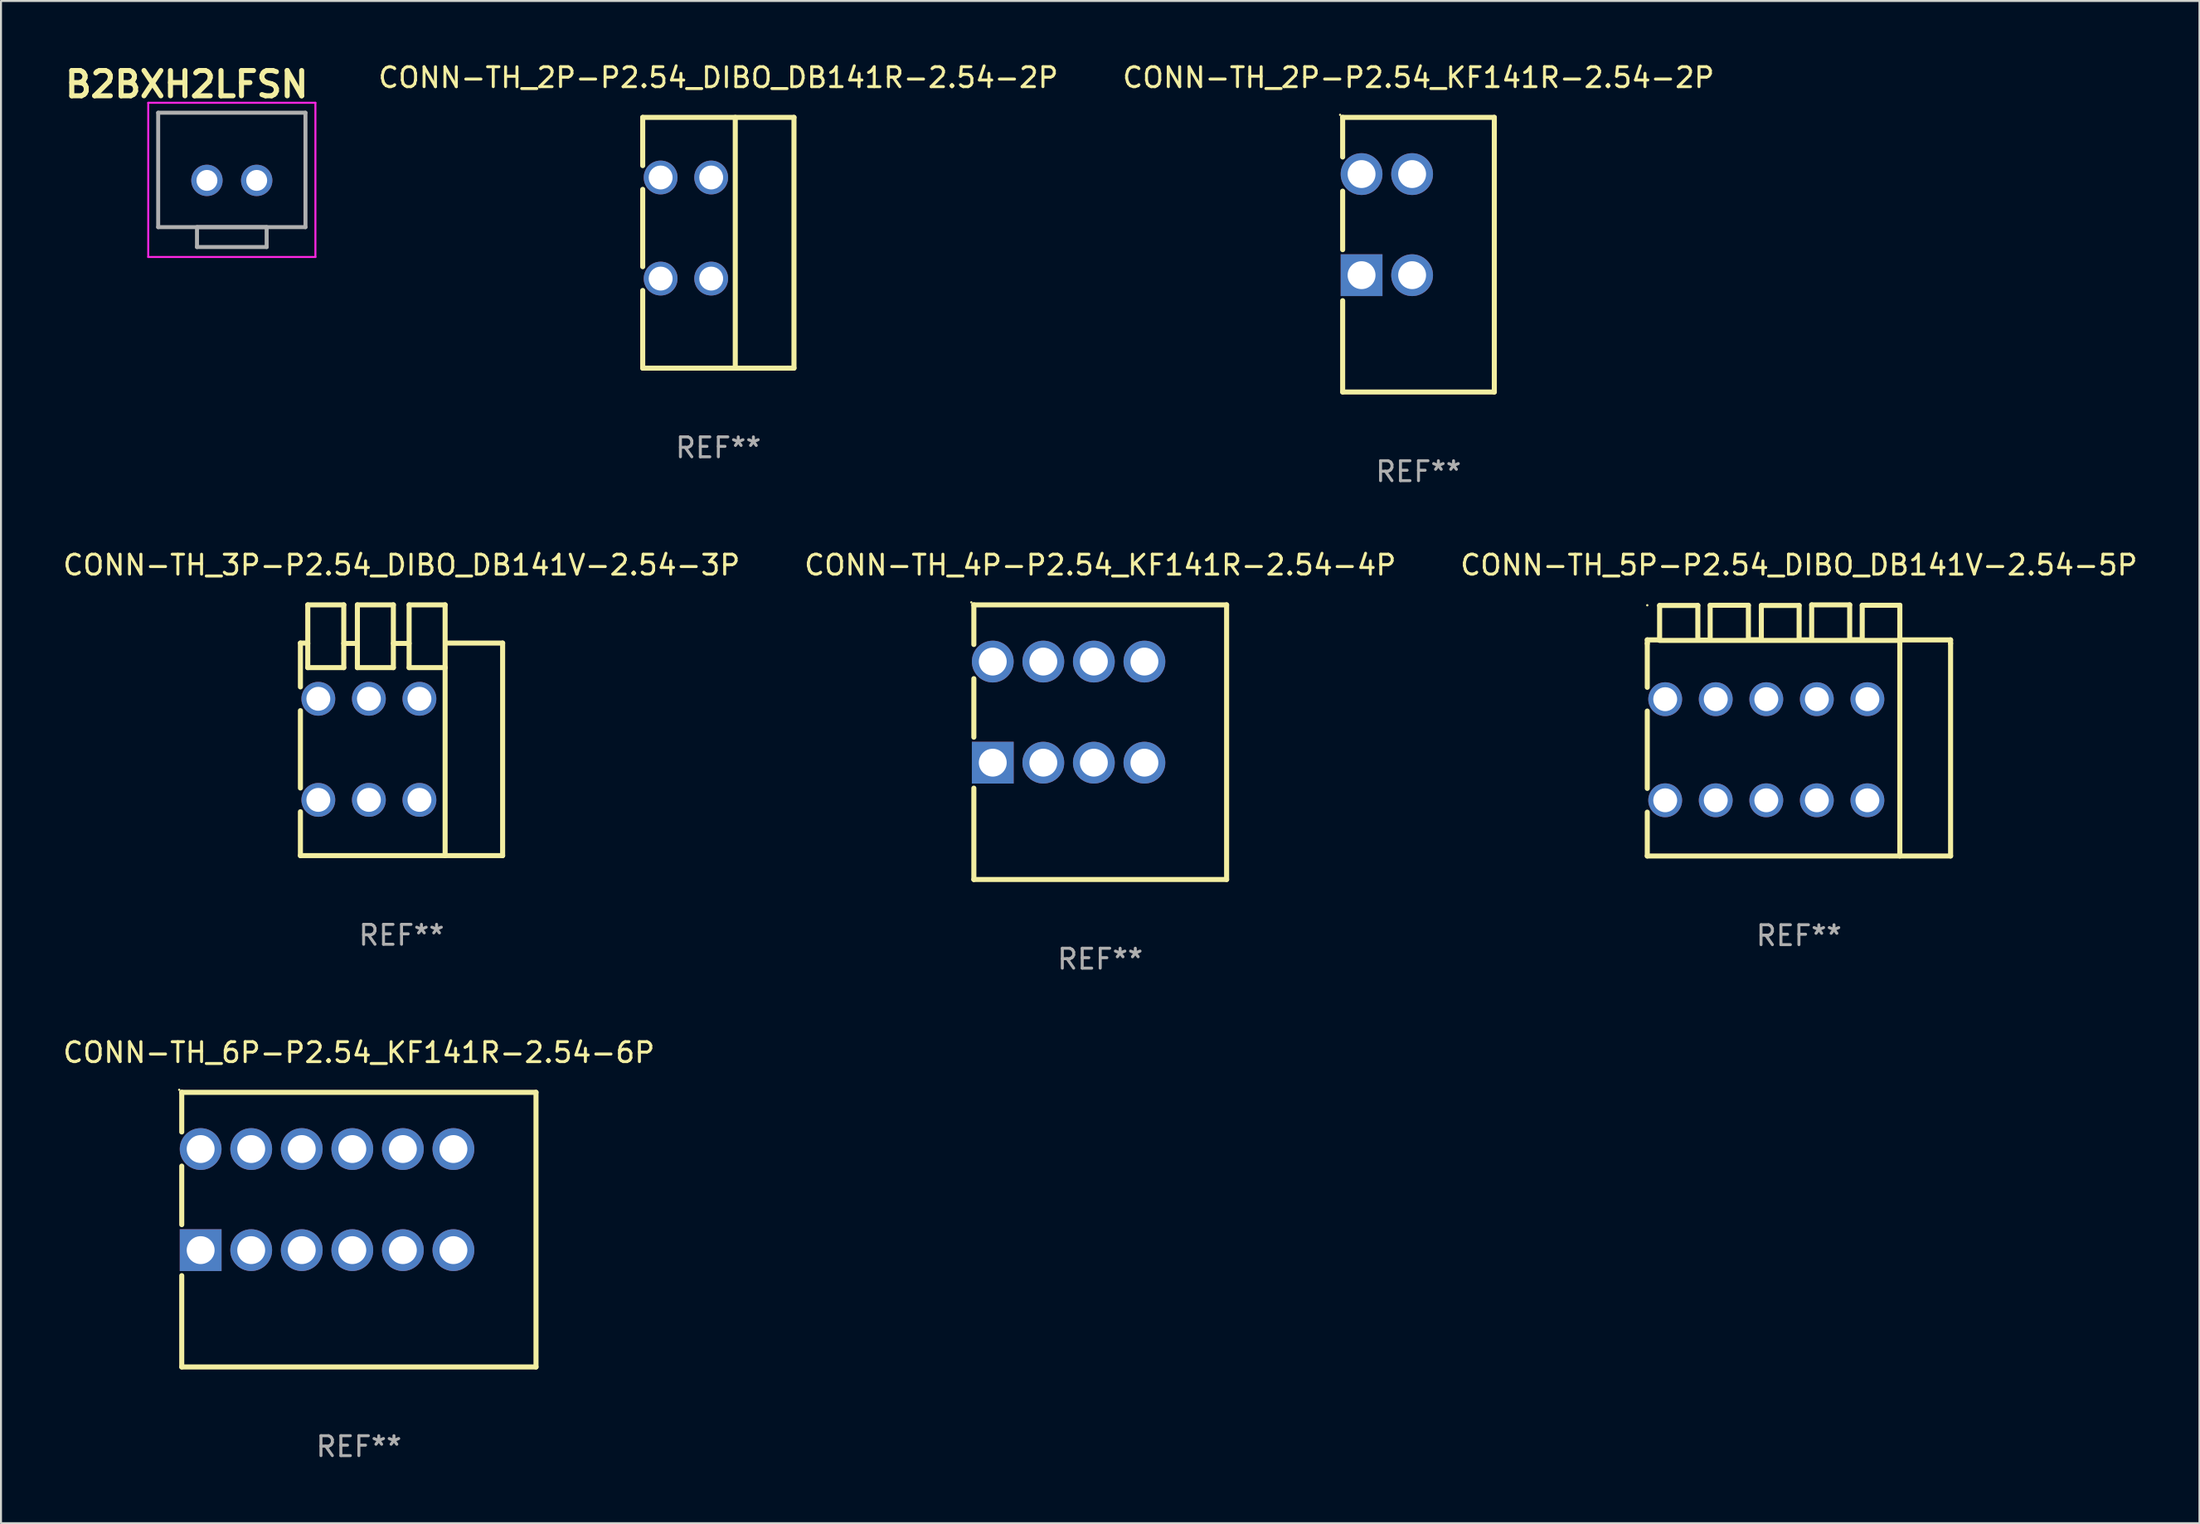
<source format=kicad_pcb>
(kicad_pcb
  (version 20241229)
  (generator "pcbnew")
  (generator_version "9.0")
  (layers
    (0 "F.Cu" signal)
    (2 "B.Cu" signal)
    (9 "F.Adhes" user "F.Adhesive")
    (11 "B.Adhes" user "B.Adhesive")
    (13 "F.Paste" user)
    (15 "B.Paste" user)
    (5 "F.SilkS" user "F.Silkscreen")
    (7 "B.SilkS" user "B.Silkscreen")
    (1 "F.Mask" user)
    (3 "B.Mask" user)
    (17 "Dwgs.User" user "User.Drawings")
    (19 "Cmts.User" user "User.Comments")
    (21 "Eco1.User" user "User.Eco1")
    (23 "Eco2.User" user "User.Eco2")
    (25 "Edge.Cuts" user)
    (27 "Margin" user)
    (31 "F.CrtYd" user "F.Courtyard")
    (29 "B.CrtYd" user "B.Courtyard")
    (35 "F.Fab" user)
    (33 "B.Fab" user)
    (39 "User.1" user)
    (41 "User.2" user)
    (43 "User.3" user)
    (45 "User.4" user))
  (footprint "CONN-TH_2P-P2.54_DIBO_DB141R-2.54-2P"
    (layer "F.Cu")
    (at 33.044 9.149)
    (property "Reference" "CONN-TH_2P-P2.54_DIBO_DB141R-2.54-2P" (at 0 -8.3 0) (layer "F.SilkS") (effects (font (size 1 1) (thickness 0.15))))
    (attr through_hole)
    (fp_line (start -3.8 -6.3) (end -3.8 -3.877) (stroke (width 0.254) (type solid)) (layer "F.SilkS"))
    (fp_line (start -3.8 -2.683) (end -3.8 1.203) (stroke (width 0.254) (type solid)) (layer "F.SilkS"))
    (fp_line (start -3.8 2.397) (end -3.8 6.3) (stroke (width 0.254) (type solid)) (layer "F.SilkS"))
    (fp_line (start -3.8 -6.3) (end 3.8 -6.3) (stroke (width 0.254) (type solid)) (layer "F.SilkS"))
    (fp_line (start -3.799 6.3) (end 3.49 6.3) (stroke (width 0.254) (type solid)) (layer "F.SilkS"))
    (fp_line (start 0.85 -6.3) (end 0.85 6.3) (stroke (width 0.254) (type solid)) (layer "F.SilkS"))
    (fp_line (start 3.49 6.3) (end 3.8 6.3) (stroke (width 0.254) (type solid)) (layer "F.SilkS"))
    (fp_line (start 3.8 -6.3) (end 3.8 6.3) (stroke (width 0.254) (type solid)) (layer "F.SilkS"))
    (fp_circle (center -3.82 6.3) (end -3.79 6.3) (stroke (width 0.06) (type solid)) (fill no) (layer "F.SilkS"))
    (fp_text user "REF**" (at 0 10.3 0) (layer "F.Fab") (effects (font (size 1 1) (thickness 0.15))))
    (pad "1" thru_hole circle (at -2.9 -3.28) (size 1.7 1.7) (drill 1.2) (layers "*.Cu" "*.Mask"))
    (pad "1" thru_hole circle (at -2.9 1.8) (size 1.7 1.7) (drill 1.2) (layers "*.Cu" "*.Mask"))
    (pad "2" thru_hole circle (at -0.36 -3.28) (size 1.7 1.7) (drill 1.2) (layers "*.Cu" "*.Mask"))
    (pad "2" thru_hole circle (at -0.36 1.8) (size 1.7 1.7) (drill 1.2) (layers "*.Cu" "*.Mask")))
  (footprint "CONN-TH_3P-P2.54_DIBO_DB141V-2.54-3P"
    (layer "F.Cu")
    (at 17.125 33.645)
    (property "Reference" "CONN-TH_3P-P2.54_DIBO_DB141V-2.54-3P" (at 0 -8.3 0) (layer "F.SilkS") (effects (font (size 1 1) (thickness 0.15))))
    (attr through_hole)
    (fp_line (start -5.08 -4.38) (end -4.726 -4.38) (stroke (width 0.254) (type solid)) (layer "F.SilkS"))
    (fp_line (start -5.08 -2.177) (end -5.08 -4.38) (stroke (width 0.254) (type solid)) (layer "F.SilkS"))
    (fp_line (start -5.08 2.903) (end -5.08 -0.983) (stroke (width 0.254) (type solid)) (layer "F.SilkS"))
    (fp_line (start -5.08 6.3) (end -5.08 4.097) (stroke (width 0.254) (type solid)) (layer "F.SilkS"))
    (fp_line (start -5.08 6.3) (end 5.08 6.3) (stroke (width 0.254) (type solid)) (layer "F.SilkS"))
    (fp_line (start -4.726 -4.38) (end -4.71 -4.364) (stroke (width 0.254) (type solid)) (layer "F.SilkS"))
    (fp_line (start -4.71 -6.3) (end -4.71 -3.146) (stroke (width 0.254) (type solid)) (layer "F.SilkS"))
    (fp_line (start -2.902 -6.3) (end -4.71 -6.3) (stroke (width 0.254) (type solid)) (layer "F.SilkS"))
    (fp_line (start -2.902 -6.3) (end -2.902 -3.146) (stroke (width 0.254) (type solid)) (layer "F.SilkS"))
    (fp_line (start -2.902 -4.364) (end -2.218 -4.364) (stroke (width 0.254) (type solid)) (layer "F.SilkS"))
    (fp_line (start -2.902 -3.146) (end -4.71 -3.146) (stroke (width 0.254) (type solid)) (layer "F.SilkS"))
    (fp_line (start -2.218 -6.3) (end -2.218 -3.146) (stroke (width 0.254) (type solid)) (layer "F.SilkS"))
    (fp_line (start -0.41 -6.3) (end -2.218 -6.3) (stroke (width 0.254) (type solid)) (layer "F.SilkS"))
    (fp_line (start -0.41 -6.3) (end -0.41 -3.146) (stroke (width 0.254) (type solid)) (layer "F.SilkS"))
    (fp_line (start -0.41 -4.364) (end 0.382 -4.364) (stroke (width 0.254) (type solid)) (layer "F.SilkS"))
    (fp_line (start -0.41 -3.146) (end -2.218 -3.146) (stroke (width 0.254) (type solid)) (layer "F.SilkS"))
    (fp_line (start 0.382 -6.3) (end 0.382 -3.146) (stroke (width 0.254) (type solid)) (layer "F.SilkS"))
    (fp_line (start 2.19 -6.3) (end 0.382 -6.3) (stroke (width 0.254) (type solid)) (layer "F.SilkS"))
    (fp_line (start 2.19 -6.3) (end 2.19 -3.146) (stroke (width 0.254) (type solid)) (layer "F.SilkS"))
    (fp_line (start 2.19 -3.146) (end 0.382 -3.146) (stroke (width 0.254) (type solid)) (layer "F.SilkS"))
    (fp_line (start 2.19 -3.146) (end 2.19 6.3) (stroke (width 0.254) (type solid)) (layer "F.SilkS"))
    (fp_line (start 5.08 -4.38) (end 2.326 -4.38) (stroke (width 0.254) (type solid)) (layer "F.SilkS"))
    (fp_line (start 5.08 -4.38) (end 5.08 6.3) (stroke (width 0.254) (type solid)) (layer "F.SilkS"))
    (fp_circle (center -5.08 6.3) (end -5.05 6.3) (stroke (width 0.06) (type solid)) (fill no) (layer "F.SilkS"))
    (fp_text user "REF**" (at 0 10.3 0) (layer "F.Fab") (effects (font (size 1 1) (thickness 0.15))))
    (pad "1" thru_hole circle (at -4.18 3.5) (size 1.7 1.7) (drill 1.2) (layers "*.Cu" "*.Mask"))
    (pad "1" thru_hole circle (at -4.18 -1.58) (size 1.7 1.7) (drill 1.2) (layers "*.Cu" "*.Mask"))
    (pad "2" thru_hole circle (at -1.64 3.5) (size 1.7 1.7) (drill 1.2) (layers "*.Cu" "*.Mask"))
    (pad "2" thru_hole circle (at -1.64 -1.58) (size 1.7 1.7) (drill 1.2) (layers "*.Cu" "*.Mask"))
    (pad "3" thru_hole circle (at 0.9 3.5) (size 1.7 1.7) (drill 1.2) (layers "*.Cu" "*.Mask"))
    (pad "3" thru_hole circle (at 0.9 -1.58) (size 1.7 1.7) (drill 1.2) (layers "*.Cu" "*.Mask")))
  (footprint "CONN-TH_2P-P2.54_KF141R-2.54-2P"
    (layer "F.Cu")
    (at 68.223 9.748)
    (property "Reference" "CONN-TH_2P-P2.54_KF141R-2.54-2P" (at 0 -8.9 0) (layer "F.SilkS") (effects (font (size 1 1) (thickness 0.15))))
    (attr through_hole)
    (fp_line (start -3.81 -6.9) (end -3.81 -4.908) (stroke (width 0.254) (type solid)) (layer "F.SilkS"))
    (fp_line (start -3.81 -6.9) (end 3.81 -6.9) (stroke (width 0.254) (type solid)) (layer "F.SilkS"))
    (fp_line (start -3.81 -3.192) (end -3.81 -0.251) (stroke (width 0.254) (type solid)) (layer "F.SilkS"))
    (fp_line (start -3.81 2.311) (end -3.81 6.9) (stroke (width 0.254) (type solid)) (layer "F.SilkS"))
    (fp_line (start -3.81 6.9) (end 3.81 6.9) (stroke (width 0.254) (type solid)) (layer "F.SilkS"))
    (fp_line (start 3.81 -6.9) (end 3.81 6.9) (stroke (width 0.254) (type solid)) (layer "F.SilkS"))
    (fp_circle (center -3.937 -7.027) (end -3.907 -7.027) (stroke (width 0.06) (type solid)) (fill no) (layer "F.SilkS"))
    (fp_text user "REF**" (at 0 10.9 0) (layer "F.Fab") (effects (font (size 1 1) (thickness 0.15))))
    (pad "1" thru_hole circle (at -2.86 -4.05) (size 2.1 2.1) (drill 1.4) (layers "*.Cu" "*.Mask"))
    (pad "1" thru_hole rect (at -2.86 1.03 180) (size 2.1 2.1) (drill 1.4) (layers "*.Cu" "*.Mask"))
    (pad "2" thru_hole circle (at -0.32 -4.05) (size 2.1 2.1) (drill 1.4) (layers "*.Cu" "*.Mask"))
    (pad "2" thru_hole circle (at -0.32 1.03) (size 2.1 2.1) (drill 1.4) (layers "*.Cu" "*.Mask")))
  (footprint "B2BXH2LFSN"
    (layer "F.Cu")
    (at 7.348 6.015)
    (property "Reference" "B2BXH2LFSN" (at -1.016 -4.826 0) (layer "F.SilkS") (effects (font (size 1.27 1.27) (thickness 0.254))))
    (attr through_hole)
    (fp_line (start -2.45 -3.4) (end 4.95 -3.4) (stroke (width 0.1) (type solid)) (layer "F.SilkS"))
    (fp_line (start -2.45 2.35) (end -2.45 -3.4) (stroke (width 0.1) (type solid)) (layer "F.SilkS"))
    (fp_line (start 4.95 -3.4) (end 4.95 2.35) (stroke (width 0.1) (type solid)) (layer "F.SilkS"))
    (fp_line (start 4.95 2.35) (end -2.45 2.35) (stroke (width 0.1) (type solid)) (layer "F.SilkS"))
    (fp_line (start -2.95 -3.9) (end 5.45 -3.9) (stroke (width 0.1) (type solid)) (layer "F.CrtYd"))
    (fp_line (start -2.95 3.85) (end -2.95 -3.9) (stroke (width 0.1) (type solid)) (layer "F.CrtYd"))
    (fp_line (start 5.45 -3.9) (end 5.45 3.85) (stroke (width 0.1) (type solid)) (layer "F.CrtYd"))
    (fp_line (start 5.45 3.85) (end -2.95 3.85) (stroke (width 0.1) (type solid)) (layer "F.CrtYd"))
    (fp_line (start -2.45 -3.4) (end 4.95 -3.4) (stroke (width 0.2) (type solid)) (layer "F.Fab"))
    (fp_line (start -2.45 2.35) (end -2.45 -3.4) (stroke (width 0.2) (type solid)) (layer "F.Fab"))
    (fp_line (start -0.5 2.35) (end 3 2.35) (stroke (width 0.2) (type solid)) (layer "F.Fab"))
    (fp_line (start -0.5 3.35) (end -0.5 2.35) (stroke (width 0.2) (type solid)) (layer "F.Fab"))
    (fp_line (start 3 2.35) (end 3 3.35) (stroke (width 0.2) (type solid)) (layer "F.Fab"))
    (fp_line (start 3 3.35) (end -0.5 3.35) (stroke (width 0.2) (type solid)) (layer "F.Fab"))
    (fp_line (start 4.95 -3.4) (end 4.95 2.35) (stroke (width 0.2) (type solid)) (layer "F.Fab"))
    (fp_line (start 4.95 2.35) (end -2.45 2.35) (stroke (width 0.2) (type solid)) (layer "F.Fab"))
    (pad "1" thru_hole circle (at 0 0) (size 1.575 1.575) (drill 1.05) (layers "*.Cu" "*.Mask"))
    (pad "2" thru_hole circle (at 2.5 0) (size 1.575 1.575) (drill 1.05) (layers "*.Cu" "*.Mask")))
  (footprint "CONN-TH_4P-P2.54_KF141R-2.54-4P"
    (layer "F.Cu")
    (at 52.232 34.245)
    (property "Reference" "CONN-TH_4P-P2.54_KF141R-2.54-4P" (at 0 -8.9 0) (layer "F.SilkS") (effects (font (size 1 1) (thickness 0.15))))
    (attr through_hole)
    (fp_line (start -6.35 -6.9) (end -6.35 -4.908) (stroke (width 0.254) (type solid)) (layer "F.SilkS"))
    (fp_line (start -6.35 -6.9) (end 6.35 -6.9) (stroke (width 0.254) (type solid)) (layer "F.SilkS"))
    (fp_line (start -6.35 -3.192) (end -6.35 -0.251) (stroke (width 0.254) (type solid)) (layer "F.SilkS"))
    (fp_line (start -6.35 2.311) (end -6.35 6.9) (stroke (width 0.254) (type solid)) (layer "F.SilkS"))
    (fp_line (start -6.35 6.9) (end 6.35 6.9) (stroke (width 0.254) (type solid)) (layer "F.SilkS"))
    (fp_line (start 6.35 -6.9) (end 6.35 6.9) (stroke (width 0.254) (type solid)) (layer "F.SilkS"))
    (fp_circle (center -6.477 -7.027) (end -6.447 -7.027) (stroke (width 0.06) (type solid)) (fill no) (layer "F.SilkS"))
    (fp_text user "REF**" (at 0 10.9 0) (layer "F.Fab") (effects (font (size 1 1) (thickness 0.15))))
    (pad "1" thru_hole circle (at -5.4 -4.05) (size 2.1 2.1) (drill 1.4) (layers "*.Cu" "*.Mask"))
    (pad "1" thru_hole rect (at -5.4 1.03 180) (size 2.1 2.1) (drill 1.4) (layers "*.Cu" "*.Mask"))
    (pad "2" thru_hole circle (at -2.86 -4.05) (size 2.1 2.1) (drill 1.4) (layers "*.Cu" "*.Mask"))
    (pad "2" thru_hole circle (at -2.86 1.03) (size 2.1 2.1) (drill 1.4) (layers "*.Cu" "*.Mask"))
    (pad "3" thru_hole circle (at -0.32 -4.05) (size 2.1 2.1) (drill 1.4) (layers "*.Cu" "*.Mask"))
    (pad "3" thru_hole circle (at -0.32 1.03) (size 2.1 2.1) (drill 1.4) (layers "*.Cu" "*.Mask"))
    (pad "4" thru_hole circle (at 2.22 -4.05) (size 2.1 2.1) (drill 1.4) (layers "*.Cu" "*.Mask"))
    (pad "4" thru_hole circle (at 2.22 1.03) (size 2.1 2.1) (drill 1.4) (layers "*.Cu" "*.Mask")))
  (footprint "CONN-TH_6P-P2.54_KF141R-2.54-6P"
    (layer "F.Cu")
    (at 14.982 58.741)
    (property "Reference" "CONN-TH_6P-P2.54_KF141R-2.54-6P" (at 0 -8.9 0) (layer "F.SilkS") (effects (font (size 1 1) (thickness 0.15))))
    (attr through_hole)
    (fp_line (start -8.9 -6.9) (end -8.9 -4.908) (stroke (width 0.254) (type solid)) (layer "F.SilkS"))
    (fp_line (start -8.9 -6.9) (end 8.9 -6.9) (stroke (width 0.254) (type solid)) (layer "F.SilkS"))
    (fp_line (start -8.9 -3.192) (end -8.9 -0.251) (stroke (width 0.254) (type solid)) (layer "F.SilkS"))
    (fp_line (start -8.9 2.311) (end -8.9 6.9) (stroke (width 0.254) (type solid)) (layer "F.SilkS"))
    (fp_line (start -8.9 6.9) (end 8.9 6.9) (stroke (width 0.254) (type solid)) (layer "F.SilkS"))
    (fp_line (start 8.9 -6.9) (end 8.9 6.9) (stroke (width 0.254) (type solid)) (layer "F.SilkS"))
    (fp_circle (center -9.027 -7.027) (end -8.997 -7.027) (stroke (width 0.06) (type solid)) (fill no) (layer "F.SilkS"))
    (fp_text user "REF**" (at 0 10.9 0) (layer "F.Fab") (effects (font (size 1 1) (thickness 0.15))))
    (pad "1" thru_hole circle (at -7.95 -4.05) (size 2.1 2.1) (drill 1.4) (layers "*.Cu" "*.Mask"))
    (pad "1" thru_hole rect (at -7.95 1.03 180) (size 2.1 2.1) (drill 1.4) (layers "*.Cu" "*.Mask"))
    (pad "2" thru_hole circle (at -5.41 -4.05) (size 2.1 2.1) (drill 1.4) (layers "*.Cu" "*.Mask"))
    (pad "2" thru_hole circle (at -5.41 1.03) (size 2.1 2.1) (drill 1.4) (layers "*.Cu" "*.Mask"))
    (pad "3" thru_hole circle (at -2.87 -4.05) (size 2.1 2.1) (drill 1.4) (layers "*.Cu" "*.Mask"))
    (pad "3" thru_hole circle (at -2.87 1.03) (size 2.1 2.1) (drill 1.4) (layers "*.Cu" "*.Mask"))
    (pad "4" thru_hole circle (at -0.33 -4.05) (size 2.1 2.1) (drill 1.4) (layers "*.Cu" "*.Mask"))
    (pad "4" thru_hole circle (at -0.33 1.03) (size 2.1 2.1) (drill 1.4) (layers "*.Cu" "*.Mask"))
    (pad "5" thru_hole circle (at 2.21 -4.05) (size 2.1 2.1) (drill 1.4) (layers "*.Cu" "*.Mask"))
    (pad "5" thru_hole circle (at 2.21 1.03) (size 2.1 2.1) (drill 1.4) (layers "*.Cu" "*.Mask"))
    (pad "6" thru_hole circle (at 4.75 -4.05) (size 2.1 2.1) (drill 1.4) (layers "*.Cu" "*.Mask"))
    (pad "6" thru_hole circle (at 4.75 1.03) (size 2.1 2.1) (drill 1.4) (layers "*.Cu" "*.Mask")))
  (footprint "CONN-TH_5P-P2.54_DIBO_DB141V-2.54-5P"
    (layer "F.Cu")
    (at 87.339 33.655)
    (property "Reference" "CONN-TH_5P-P2.54_DIBO_DB141V-2.54-5P" (at 0 -8.31 0) (layer "F.SilkS") (effects (font (size 1 1) (thickness 0.15))))
    (attr through_hole)
    (fp_line (start -7.62 -4.55) (end -7 -4.55) (stroke (width 0.254) (type solid)) (layer "F.SilkS"))
    (fp_line (start -7.62 -4.37) (end -7.62 -4.55) (stroke (width 0.254) (type solid)) (layer "F.SilkS"))
    (fp_line (start -7.62 -2.167) (end -7.62 -4.37) (stroke (width 0.254) (type solid)) (layer "F.SilkS"))
    (fp_line (start -7.62 2.913) (end -7.62 -0.973) (stroke (width 0.254) (type solid)) (layer "F.SilkS"))
    (fp_line (start -7.62 6.31) (end -7.62 4.107) (stroke (width 0.254) (type solid)) (layer "F.SilkS"))
    (fp_line (start -7.62 6.31) (end 7.62 6.31) (stroke (width 0.254) (type solid)) (layer "F.SilkS"))
    (fp_line (start -7 -6.28) (end -5.08 -6.28) (stroke (width 0.254) (type solid)) (layer "F.SilkS"))
    (fp_line (start -7 -4.55) (end -7 -6.28) (stroke (width 0.254) (type solid)) (layer "F.SilkS"))
    (fp_line (start -5.08 -6.28) (end -5.08 -4.54) (stroke (width 0.254) (type solid)) (layer "F.SilkS"))
    (fp_line (start -5.08 -4.54) (end -4.46 -4.54) (stroke (width 0.254) (type solid)) (layer "F.SilkS"))
    (fp_line (start -4.46 -6.29) (end -2.54 -6.29) (stroke (width 0.254) (type solid)) (layer "F.SilkS"))
    (fp_line (start -4.46 -4.54) (end -4.46 -6.29) (stroke (width 0.254) (type solid)) (layer "F.SilkS"))
    (fp_line (start -2.54 -6.29) (end -2.54 -4.56) (stroke (width 0.254) (type solid)) (layer "F.SilkS"))
    (fp_line (start -2.54 -4.56) (end -1.89 -4.56) (stroke (width 0.254) (type solid)) (layer "F.SilkS"))
    (fp_line (start -1.89 -6.28) (end 0.01 -6.28) (stroke (width 0.254) (type solid)) (layer "F.SilkS"))
    (fp_line (start -1.89 -4.56) (end -1.89 -6.28) (stroke (width 0.254) (type solid)) (layer "F.SilkS"))
    (fp_line (start 0.01 -6.28) (end 0.01 -4.55) (stroke (width 0.254) (type solid)) (layer "F.SilkS"))
    (fp_line (start 0.01 -4.55) (end 0.64 -4.55) (stroke (width 0.254) (type solid)) (layer "F.SilkS"))
    (fp_line (start 0.64 -6.31) (end 2.55 -6.31) (stroke (width 0.254) (type solid)) (layer "F.SilkS"))
    (fp_line (start 0.64 -4.55) (end 0.64 -6.31) (stroke (width 0.254) (type solid)) (layer "F.SilkS"))
    (fp_line (start 2.55 -6.31) (end 2.55 -4.56) (stroke (width 0.254) (type solid)) (layer "F.SilkS"))
    (fp_line (start 2.55 -4.56) (end 3.18 -4.56) (stroke (width 0.254) (type solid)) (layer "F.SilkS"))
    (fp_line (start 3.18 -6.29) (end 5.07 -6.29) (stroke (width 0.254) (type solid)) (layer "F.SilkS"))
    (fp_line (start 3.18 -4.56) (end 3.18 -6.29) (stroke (width 0.254) (type solid)) (layer "F.SilkS"))
    (fp_line (start 5.07 -6.29) (end 5.07 -4.37) (stroke (width 0.254) (type solid)) (layer "F.SilkS"))
    (fp_line (start 5.07 -4.524) (end -7 -4.524) (stroke (width 0.254) (type solid)) (layer "F.SilkS"))
    (fp_line (start 5.07 -4.37) (end 5.07 6.31) (stroke (width 0.254) (type solid)) (layer "F.SilkS"))
    (fp_line (start 7.62 -4.55) (end 5.07 -4.55) (stroke (width 0.254) (type solid)) (layer "F.SilkS"))
    (fp_line (start 7.62 -4.37) (end 7.62 -4.55) (stroke (width 0.254) (type solid)) (layer "F.SilkS"))
    (fp_line (start 7.62 -4.37) (end 7.62 6.31) (stroke (width 0.254) (type solid)) (layer "F.SilkS"))
    (fp_circle (center -7.62 -6.29) (end -7.59 -6.29) (stroke (width 0.06) (type solid)) (fill no) (layer "F.SilkS"))
    (fp_text user "REF**" (at 0 10.31 0) (layer "F.Fab") (effects (font (size 1 1) (thickness 0.15))))
    (pad "1" thru_hole circle (at -6.72 -1.57) (size 1.7 1.7) (drill 1.2) (layers "*.Cu" "*.Mask"))
    (pad "1" thru_hole circle (at -6.72 3.51) (size 1.7 1.7) (drill 1.2) (layers "*.Cu" "*.Mask"))
    (pad "2" thru_hole circle (at -4.18 -1.57) (size 1.7 1.7) (drill 1.2) (layers "*.Cu" "*.Mask"))
    (pad "2" thru_hole circle (at -4.18 3.51) (size 1.7 1.7) (drill 1.2) (layers "*.Cu" "*.Mask"))
    (pad "3" thru_hole circle (at -1.64 -1.57) (size 1.7 1.7) (drill 1.2) (layers "*.Cu" "*.Mask"))
    (pad "3" thru_hole circle (at -1.64 3.51) (size 1.7 1.7) (drill 1.2) (layers "*.Cu" "*.Mask"))
    (pad "4" thru_hole circle (at 0.9 -1.57) (size 1.7 1.7) (drill 1.2) (layers "*.Cu" "*.Mask"))
    (pad "4" thru_hole circle (at 0.9 3.51) (size 1.7 1.7) (drill 1.2) (layers "*.Cu" "*.Mask"))
    (pad "5" thru_hole circle (at 3.44 -1.57) (size 1.7 1.7) (drill 1.2) (layers "*.Cu" "*.Mask"))
    (pad "5" thru_hole circle (at 3.44 3.51) (size 1.7 1.7) (drill 1.2) (layers "*.Cu" "*.Mask")))
  (gr_rect
    (start -3 -3)
    (end 107.464 73.49)
    (stroke (width 0.1) (type default))
    (fill no)
    (layer "Edge.Cuts")))
</source>
